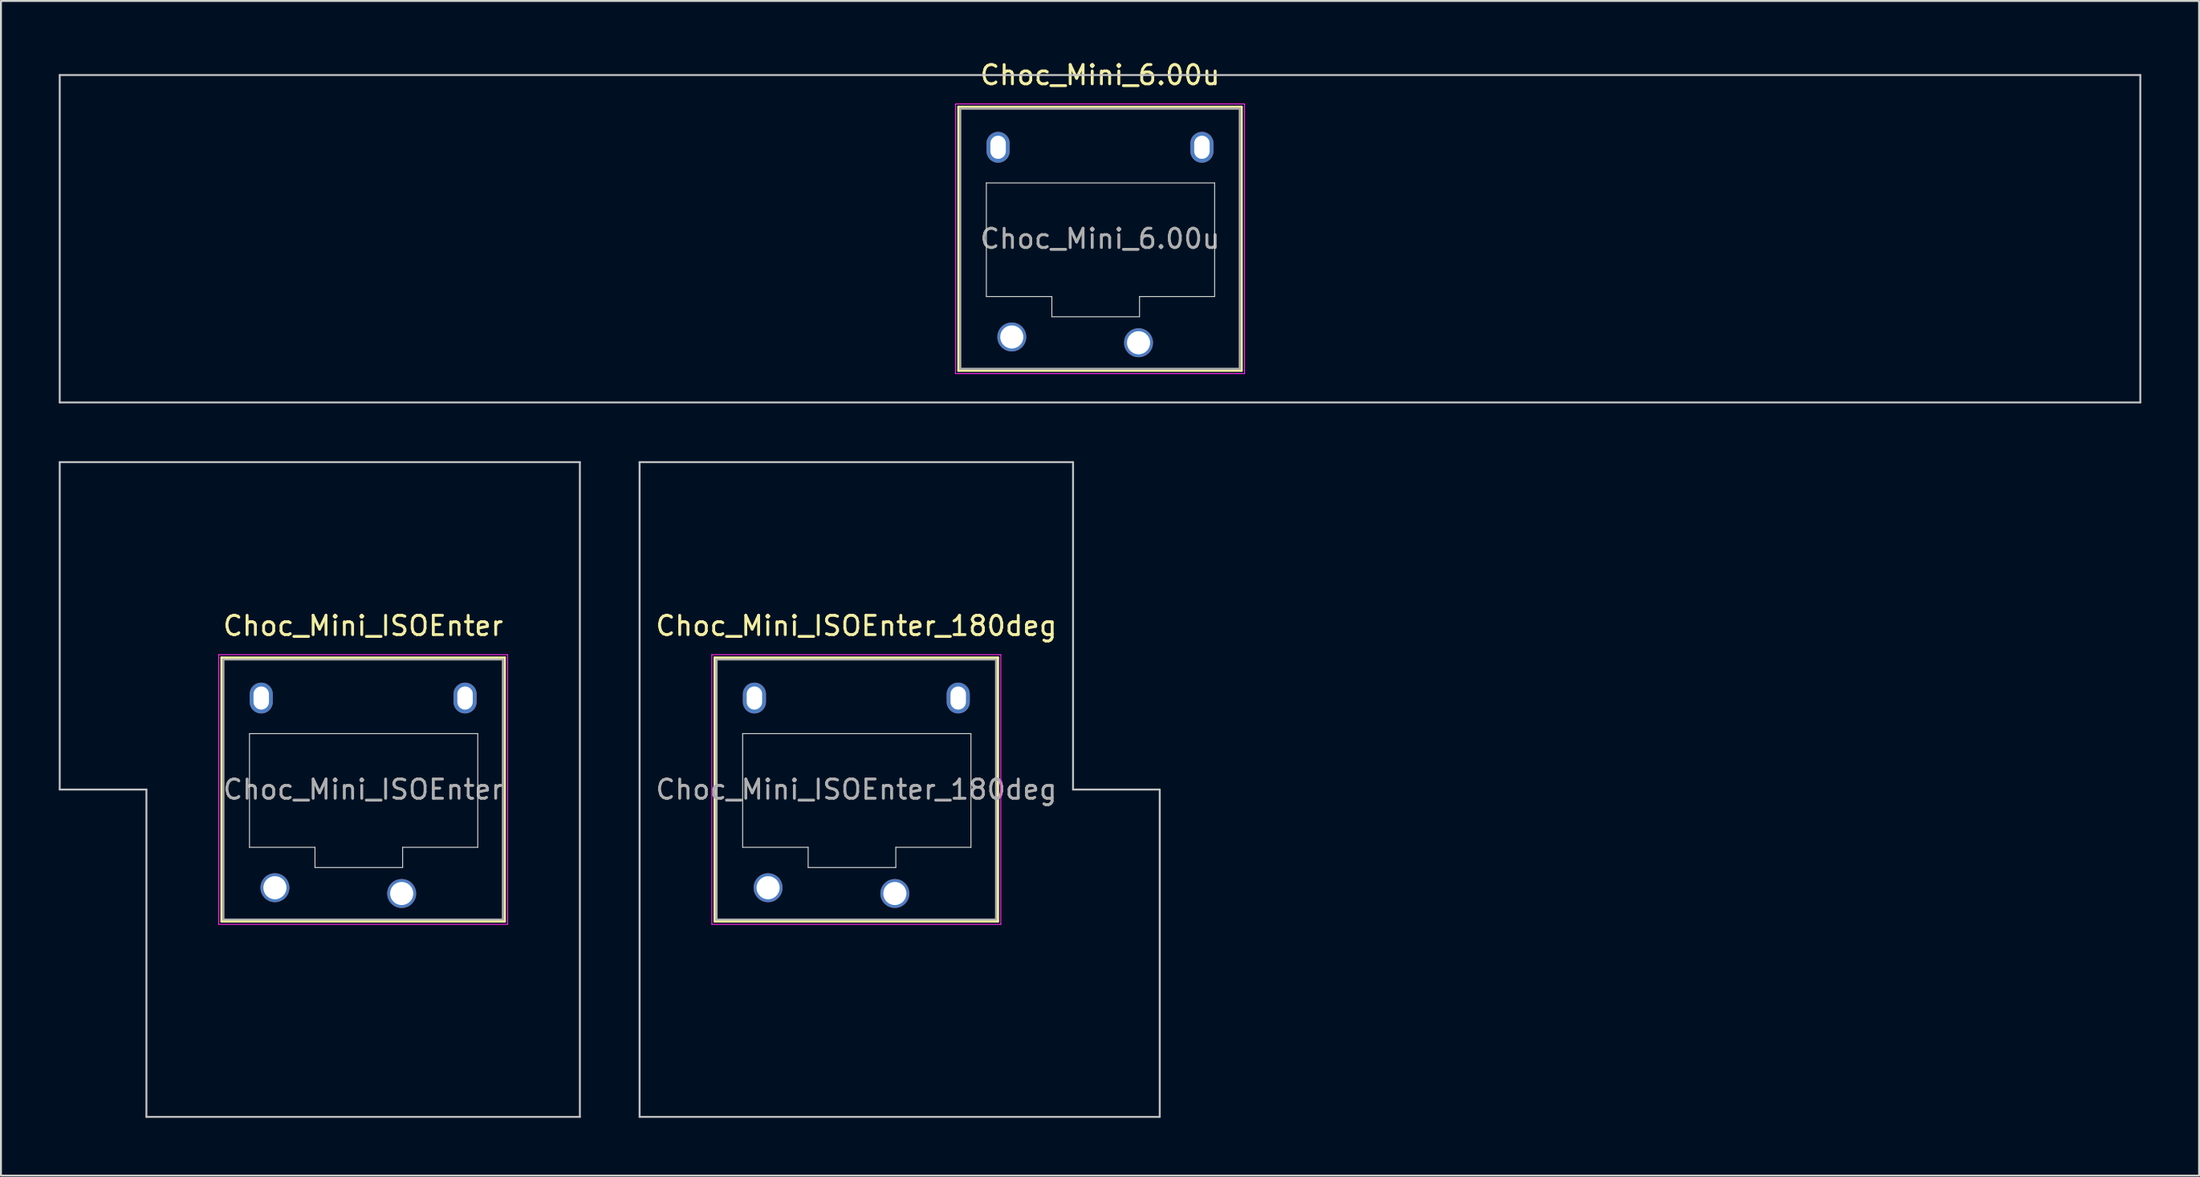
<source format=kicad_pcb>
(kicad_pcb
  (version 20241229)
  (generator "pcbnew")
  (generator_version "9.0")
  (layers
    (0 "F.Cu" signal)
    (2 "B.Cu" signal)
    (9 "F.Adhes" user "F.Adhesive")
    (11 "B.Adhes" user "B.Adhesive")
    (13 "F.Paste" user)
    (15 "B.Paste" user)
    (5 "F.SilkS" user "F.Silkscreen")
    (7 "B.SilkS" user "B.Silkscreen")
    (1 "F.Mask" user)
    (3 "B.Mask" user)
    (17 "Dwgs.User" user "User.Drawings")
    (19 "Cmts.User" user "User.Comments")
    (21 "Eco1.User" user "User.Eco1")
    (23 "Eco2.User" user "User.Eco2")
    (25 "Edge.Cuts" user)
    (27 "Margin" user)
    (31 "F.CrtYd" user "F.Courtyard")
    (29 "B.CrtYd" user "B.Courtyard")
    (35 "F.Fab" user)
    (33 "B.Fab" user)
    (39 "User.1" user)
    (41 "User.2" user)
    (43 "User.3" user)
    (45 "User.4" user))
  (footprint "Choc_Mini_ISOEnter"
    (layer "F.Cu")
    (at 15.8 37.948)
    (property "Reference" "Choc_Mini_ISOEnter" (at 0 -8.5 0) (layer "F.SilkS") (effects (font (size 1 1) (thickness 0.15))))
    (attr through_hole)
    (fp_line (start -7.35 -6.85) (end -7.35 6.85) (stroke (width 0.12) (type solid)) (layer "F.SilkS"))
    (fp_line (start -7.35 6.85) (end 7.35 6.85) (stroke (width 0.12) (type solid)) (layer "F.SilkS"))
    (fp_line (start 7.35 -6.85) (end -7.35 -6.85) (stroke (width 0.12) (type solid)) (layer "F.SilkS"))
    (fp_line (start 7.35 6.85) (end 7.35 -6.85) (stroke (width 0.12) (type solid)) (layer "F.SilkS"))
    (fp_line (start -15.75 -17) (end -15.75 0) (stroke (width 0.1) (type solid)) (layer "Dwgs.User"))
    (fp_line (start -15.75 0) (end -11.25 0) (stroke (width 0.1) (type solid)) (layer "Dwgs.User"))
    (fp_line (start -11.25 0) (end -11.25 17) (stroke (width 0.1) (type solid)) (layer "Dwgs.User"))
    (fp_line (start -11.25 17) (end 11.25 17) (stroke (width 0.1) (type solid)) (layer "Dwgs.User"))
    (fp_line (start 11.25 -17) (end -15.75 -17) (stroke (width 0.1) (type solid)) (layer "Dwgs.User"))
    (fp_line (start 11.25 17) (end 11.25 -17) (stroke (width 0.1) (type solid)) (layer "Dwgs.User"))
    (fp_line (start -6.85 -6.35) (end -6.85 6.35) (stroke (width 0.1) (type solid)) (layer "Eco1.User"))
    (fp_line (start -6.85 6.35) (end 6.85 6.35) (stroke (width 0.1) (type solid)) (layer "Eco1.User"))
    (fp_line (start 6.85 -6.35) (end -6.85 -6.35) (stroke (width 0.1) (type solid)) (layer "Eco1.User"))
    (fp_line (start 6.85 6.35) (end 6.85 -6.35) (stroke (width 0.1) (type solid)) (layer "Eco1.User"))
    (fp_line (start -5.9 -2.9) (end -5.9 3) (stroke (width 0.05) (type solid)) (layer "Edge.Cuts"))
    (fp_line (start -5.9 3) (end -2.5 3) (stroke (width 0.05) (type solid)) (layer "Edge.Cuts"))
    (fp_line (start -2.5 3) (end -2.5 4.05) (stroke (width 0.05) (type solid)) (layer "Edge.Cuts"))
    (fp_line (start -2.5 4.05) (end 2.05 4.05) (stroke (width 0.05) (type solid)) (layer "Edge.Cuts"))
    (fp_line (start 2.05 3) (end 5.95 3) (stroke (width 0.05) (type solid)) (layer "Edge.Cuts"))
    (fp_line (start 2.05 4.05) (end 2.05 3) (stroke (width 0.05) (type solid)) (layer "Edge.Cuts"))
    (fp_line (start 5.95 -2.9) (end -5.9 -2.9) (stroke (width 0.05) (type solid)) (layer "Edge.Cuts"))
    (fp_line (start 5.95 3) (end 5.95 -2.9) (stroke (width 0.05) (type solid)) (layer "Edge.Cuts"))
    (fp_line (start -7.5 -7) (end -7.5 7) (stroke (width 0.05) (type solid)) (layer "F.CrtYd"))
    (fp_line (start -7.5 7) (end 7.5 7) (stroke (width 0.05) (type solid)) (layer "F.CrtYd"))
    (fp_line (start 7.5 -7) (end -7.5 -7) (stroke (width 0.05) (type solid)) (layer "F.CrtYd"))
    (fp_line (start 7.5 7) (end 7.5 -7) (stroke (width 0.05) (type solid)) (layer "F.CrtYd"))
    (fp_line (start -7.25 -6.75) (end -7.25 6.75) (stroke (width 0.1) (type solid)) (layer "F.Fab"))
    (fp_line (start -7.25 6.75) (end 7.25 6.75) (stroke (width 0.1) (type solid)) (layer "F.Fab"))
    (fp_line (start 7.25 -6.75) (end -7.25 -6.75) (stroke (width 0.1) (type solid)) (layer "F.Fab"))
    (fp_line (start 7.25 6.75) (end 7.25 -6.75) (stroke (width 0.1) (type solid)) (layer "F.Fab"))
    (fp_text user "${REFERENCE}" (at 0 0 0) (layer "F.Fab") (effects (font (size 1 1) (thickness 0.15))))
    (pad "" np_thru_hole oval (at -5.29 -4.75) (size 1.2 1.6) (drill oval 0.8 1.2) (layers "*.Cu" "*.Mask"))
    (pad "" np_thru_hole oval (at 5.29 -4.75) (size 1.2 1.6) (drill oval 0.8 1.2) (layers "*.Cu" "*.Mask"))
    (pad "1" thru_hole circle (at 2 5.4) (size 1.5 1.5) (drill 1.2) (layers "*.Cu" "*.Mask"))
    (pad "2" thru_hole circle (at -4.58 5.1) (size 1.5 1.5) (drill 1.2) (layers "*.Cu" "*.Mask")))
  (footprint "Choc_Mini_6.00u"
    (layer "F.Cu")
    (at 54.05 9.348)
    (property "Reference" "Choc_Mini_6.00u" (at 0 -8.5 0) (layer "F.SilkS") (effects (font (size 1 1) (thickness 0.15))))
    (attr through_hole)
    (fp_line (start -7.35 -6.85) (end -7.35 6.85) (stroke (width 0.12) (type solid)) (layer "F.SilkS"))
    (fp_line (start -7.35 6.85) (end 7.35 6.85) (stroke (width 0.12) (type solid)) (layer "F.SilkS"))
    (fp_line (start 7.35 -6.85) (end -7.35 -6.85) (stroke (width 0.12) (type solid)) (layer "F.SilkS"))
    (fp_line (start 7.35 6.85) (end 7.35 -6.85) (stroke (width 0.12) (type solid)) (layer "F.SilkS"))
    (fp_line (start -54 -8.5) (end -54 8.5) (stroke (width 0.1) (type solid)) (layer "Dwgs.User"))
    (fp_line (start -54 8.5) (end 54 8.5) (stroke (width 0.1) (type solid)) (layer "Dwgs.User"))
    (fp_line (start 54 -8.5) (end -54 -8.5) (stroke (width 0.1) (type solid)) (layer "Dwgs.User"))
    (fp_line (start 54 8.5) (end 54 -8.5) (stroke (width 0.1) (type solid)) (layer "Dwgs.User"))
    (fp_line (start -6.85 -6.35) (end -6.85 6.35) (stroke (width 0.1) (type solid)) (layer "Eco1.User"))
    (fp_line (start -6.85 6.35) (end 6.85 6.35) (stroke (width 0.1) (type solid)) (layer "Eco1.User"))
    (fp_line (start 6.85 -6.35) (end -6.85 -6.35) (stroke (width 0.1) (type solid)) (layer "Eco1.User"))
    (fp_line (start 6.85 6.35) (end 6.85 -6.35) (stroke (width 0.1) (type solid)) (layer "Eco1.User"))
    (fp_line (start -5.9 -2.9) (end -5.9 3) (stroke (width 0.05) (type solid)) (layer "Edge.Cuts"))
    (fp_line (start -5.9 3) (end -2.5 3) (stroke (width 0.05) (type solid)) (layer "Edge.Cuts"))
    (fp_line (start -2.5 3) (end -2.5 4.05) (stroke (width 0.05) (type solid)) (layer "Edge.Cuts"))
    (fp_line (start -2.5 4.05) (end 2.05 4.05) (stroke (width 0.05) (type solid)) (layer "Edge.Cuts"))
    (fp_line (start 2.05 3) (end 5.95 3) (stroke (width 0.05) (type solid)) (layer "Edge.Cuts"))
    (fp_line (start 2.05 4.05) (end 2.05 3) (stroke (width 0.05) (type solid)) (layer "Edge.Cuts"))
    (fp_line (start 5.95 -2.9) (end -5.9 -2.9) (stroke (width 0.05) (type solid)) (layer "Edge.Cuts"))
    (fp_line (start 5.95 3) (end 5.95 -2.9) (stroke (width 0.05) (type solid)) (layer "Edge.Cuts"))
    (fp_line (start -7.5 -7) (end -7.5 7) (stroke (width 0.05) (type solid)) (layer "F.CrtYd"))
    (fp_line (start -7.5 7) (end 7.5 7) (stroke (width 0.05) (type solid)) (layer "F.CrtYd"))
    (fp_line (start 7.5 -7) (end -7.5 -7) (stroke (width 0.05) (type solid)) (layer "F.CrtYd"))
    (fp_line (start 7.5 7) (end 7.5 -7) (stroke (width 0.05) (type solid)) (layer "F.CrtYd"))
    (fp_line (start -7.25 -6.75) (end -7.25 6.75) (stroke (width 0.1) (type solid)) (layer "F.Fab"))
    (fp_line (start -7.25 6.75) (end 7.25 6.75) (stroke (width 0.1) (type solid)) (layer "F.Fab"))
    (fp_line (start 7.25 -6.75) (end -7.25 -6.75) (stroke (width 0.1) (type solid)) (layer "F.Fab"))
    (fp_line (start 7.25 6.75) (end 7.25 -6.75) (stroke (width 0.1) (type solid)) (layer "F.Fab"))
    (fp_text user "${REFERENCE}" (at 0 0 0) (layer "F.Fab") (effects (font (size 1 1) (thickness 0.15))))
    (pad "" np_thru_hole oval (at -5.29 -4.75) (size 1.2 1.6) (drill oval 0.8 1.2) (layers "*.Cu" "*.Mask"))
    (pad "" np_thru_hole oval (at 5.29 -4.75) (size 1.2 1.6) (drill oval 0.8 1.2) (layers "*.Cu" "*.Mask"))
    (pad "1" thru_hole circle (at 2 5.4) (size 1.5 1.5) (drill 1.2) (layers "*.Cu" "*.Mask"))
    (pad "2" thru_hole circle (at -4.58 5.1) (size 1.5 1.5) (drill 1.2) (layers "*.Cu" "*.Mask")))
  (footprint "Choc_Mini_ISOEnter_180deg"
    (layer "F.Cu")
    (at 41.4 37.948)
    (property "Reference" "Choc_Mini_ISOEnter_180deg" (at 0 -8.5 0) (layer "F.SilkS") (effects (font (size 1 1) (thickness 0.15))))
    (attr through_hole)
    (fp_line (start -7.35 -6.85) (end -7.35 6.85) (stroke (width 0.12) (type solid)) (layer "F.SilkS"))
    (fp_line (start -7.35 6.85) (end 7.35 6.85) (stroke (width 0.12) (type solid)) (layer "F.SilkS"))
    (fp_line (start 7.35 -6.85) (end -7.35 -6.85) (stroke (width 0.12) (type solid)) (layer "F.SilkS"))
    (fp_line (start 7.35 6.85) (end 7.35 -6.85) (stroke (width 0.12) (type solid)) (layer "F.SilkS"))
    (fp_line (start -11.25 -17) (end -11.25 17) (stroke (width 0.1) (type solid)) (layer "Dwgs.User"))
    (fp_line (start -11.25 17) (end 15.75 17) (stroke (width 0.1) (type solid)) (layer "Dwgs.User"))
    (fp_line (start 11.25 -17) (end -11.25 -17) (stroke (width 0.1) (type solid)) (layer "Dwgs.User"))
    (fp_line (start 11.25 0) (end 11.25 -17) (stroke (width 0.1) (type solid)) (layer "Dwgs.User"))
    (fp_line (start 15.75 0) (end 11.25 0) (stroke (width 0.1) (type solid)) (layer "Dwgs.User"))
    (fp_line (start 15.75 17) (end 15.75 0) (stroke (width 0.1) (type solid)) (layer "Dwgs.User"))
    (fp_line (start -6.85 -6.35) (end -6.85 6.35) (stroke (width 0.1) (type solid)) (layer "Eco1.User"))
    (fp_line (start -6.85 6.35) (end 6.85 6.35) (stroke (width 0.1) (type solid)) (layer "Eco1.User"))
    (fp_line (start 6.85 -6.35) (end -6.85 -6.35) (stroke (width 0.1) (type solid)) (layer "Eco1.User"))
    (fp_line (start 6.85 6.35) (end 6.85 -6.35) (stroke (width 0.1) (type solid)) (layer "Eco1.User"))
    (fp_line (start -5.9 -2.9) (end -5.9 3) (stroke (width 0.05) (type solid)) (layer "Edge.Cuts"))
    (fp_line (start -5.9 3) (end -2.5 3) (stroke (width 0.05) (type solid)) (layer "Edge.Cuts"))
    (fp_line (start -2.5 3) (end -2.5 4.05) (stroke (width 0.05) (type solid)) (layer "Edge.Cuts"))
    (fp_line (start -2.5 4.05) (end 2.05 4.05) (stroke (width 0.05) (type solid)) (layer "Edge.Cuts"))
    (fp_line (start 2.05 3) (end 5.95 3) (stroke (width 0.05) (type solid)) (layer "Edge.Cuts"))
    (fp_line (start 2.05 4.05) (end 2.05 3) (stroke (width 0.05) (type solid)) (layer "Edge.Cuts"))
    (fp_line (start 5.95 -2.9) (end -5.9 -2.9) (stroke (width 0.05) (type solid)) (layer "Edge.Cuts"))
    (fp_line (start 5.95 3) (end 5.95 -2.9) (stroke (width 0.05) (type solid)) (layer "Edge.Cuts"))
    (fp_line (start -7.5 -7) (end -7.5 7) (stroke (width 0.05) (type solid)) (layer "F.CrtYd"))
    (fp_line (start -7.5 7) (end 7.5 7) (stroke (width 0.05) (type solid)) (layer "F.CrtYd"))
    (fp_line (start 7.5 -7) (end -7.5 -7) (stroke (width 0.05) (type solid)) (layer "F.CrtYd"))
    (fp_line (start 7.5 7) (end 7.5 -7) (stroke (width 0.05) (type solid)) (layer "F.CrtYd"))
    (fp_line (start -7.25 -6.75) (end -7.25 6.75) (stroke (width 0.1) (type solid)) (layer "F.Fab"))
    (fp_line (start -7.25 6.75) (end 7.25 6.75) (stroke (width 0.1) (type solid)) (layer "F.Fab"))
    (fp_line (start 7.25 -6.75) (end -7.25 -6.75) (stroke (width 0.1) (type solid)) (layer "F.Fab"))
    (fp_line (start 7.25 6.75) (end 7.25 -6.75) (stroke (width 0.1) (type solid)) (layer "F.Fab"))
    (fp_text user "${REFERENCE}" (at 0 0 0) (layer "F.Fab") (effects (font (size 1 1) (thickness 0.15))))
    (pad "" np_thru_hole oval (at -5.29 -4.75) (size 1.2 1.6) (drill oval 0.8 1.2) (layers "*.Cu" "*.Mask"))
    (pad "" np_thru_hole oval (at 5.29 -4.75) (size 1.2 1.6) (drill oval 0.8 1.2) (layers "*.Cu" "*.Mask"))
    (pad "1" thru_hole circle (at 2 5.4) (size 1.5 1.5) (drill 1.2) (layers "*.Cu" "*.Mask"))
    (pad "2" thru_hole circle (at -4.58 5.1) (size 1.5 1.5) (drill 1.2) (layers "*.Cu" "*.Mask")))
  (gr_rect
    (start -3 -3)
    (end 111.1 57.998)
    (stroke (width 0.1) (type default))
    (fill no)
    (layer "Edge.Cuts")))
</source>
